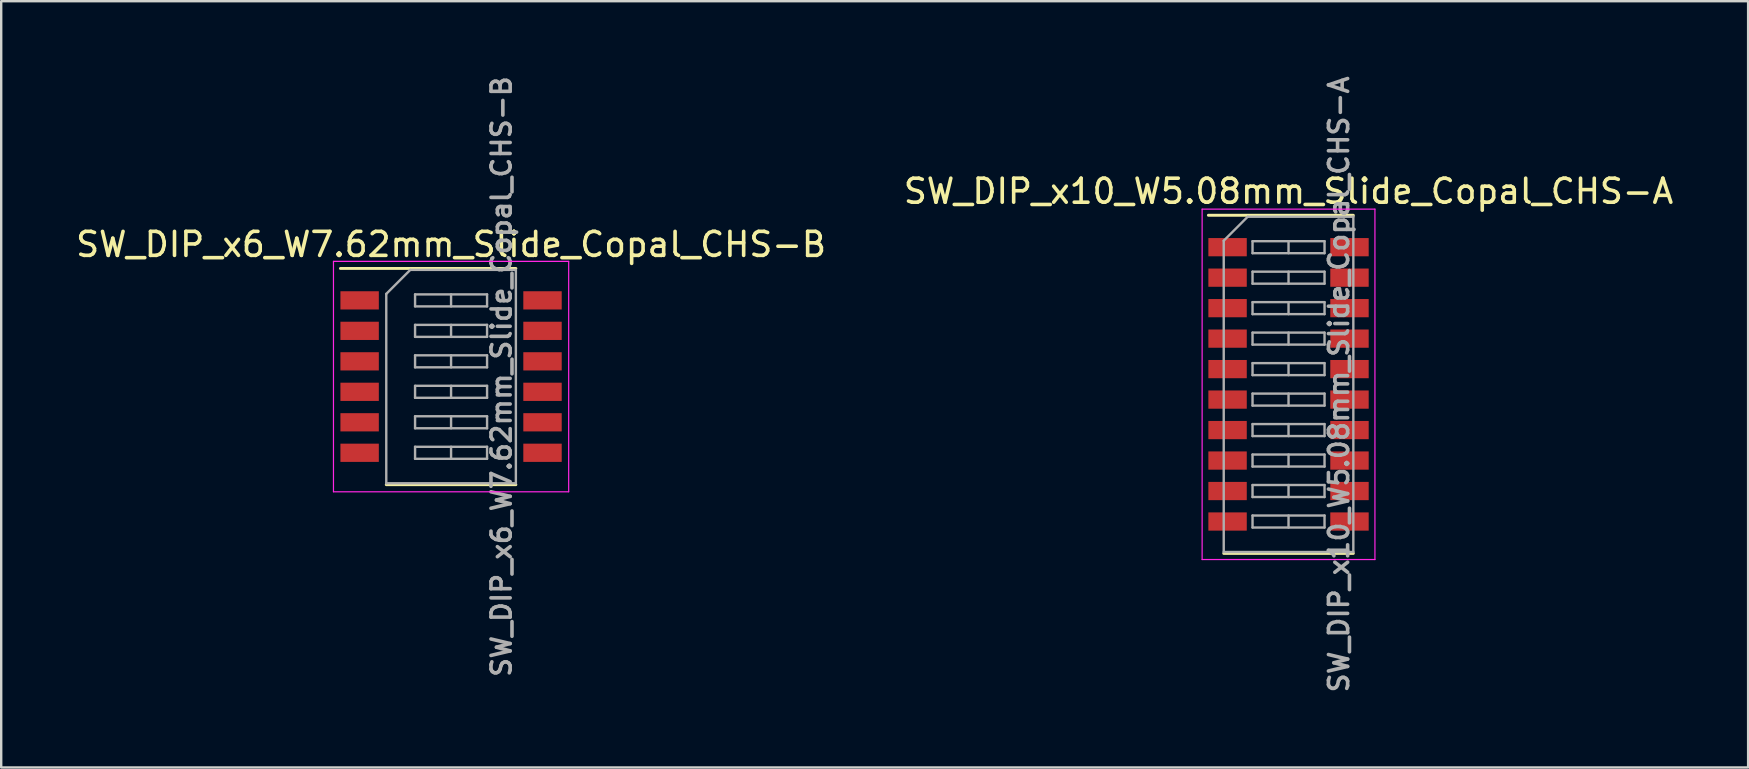
<source format=kicad_pcb>
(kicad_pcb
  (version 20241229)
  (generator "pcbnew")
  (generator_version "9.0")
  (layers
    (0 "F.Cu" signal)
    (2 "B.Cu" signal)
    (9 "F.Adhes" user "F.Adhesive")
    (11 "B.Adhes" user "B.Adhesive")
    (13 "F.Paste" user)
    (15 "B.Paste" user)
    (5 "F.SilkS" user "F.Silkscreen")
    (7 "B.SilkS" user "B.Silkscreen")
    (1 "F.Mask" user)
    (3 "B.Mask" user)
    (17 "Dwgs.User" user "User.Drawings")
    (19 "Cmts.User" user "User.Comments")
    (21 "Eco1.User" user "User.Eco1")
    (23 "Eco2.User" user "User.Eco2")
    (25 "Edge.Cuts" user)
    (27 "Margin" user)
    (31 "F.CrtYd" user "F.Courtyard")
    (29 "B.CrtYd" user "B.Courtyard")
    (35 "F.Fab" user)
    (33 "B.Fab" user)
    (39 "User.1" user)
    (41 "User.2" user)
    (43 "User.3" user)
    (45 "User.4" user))
  (footprint "SW_DIP_x10_W5.08mm_Slide_Copal_CHS-A"
    (layer "F.Cu")
    (at 50.637 12.964)
    (property "Reference" "SW_DIP_x10_W5.08mm_Slide_Copal_CHS-A" (at 0 -8.045 0) (layer "F.SilkS") (effects (font (size 1 1) (thickness 0.15))))
    (attr smd)
    (fp_line (start -3.34 -7.045) (end 2.7 -7.045) (stroke (width 0.12) (type solid)) (layer "F.SilkS"))
    (fp_line (start -2.7 7.045) (end 2.7 7.045) (stroke (width 0.12) (type solid)) (layer "F.SilkS"))
    (fp_line (start -3.6 -7.3) (end -3.6 7.3) (stroke (width 0.05) (type solid)) (layer "F.CrtYd"))
    (fp_line (start -3.6 7.3) (end 3.6 7.3) (stroke (width 0.05) (type solid)) (layer "F.CrtYd"))
    (fp_line (start 3.6 -7.3) (end -3.6 -7.3) (stroke (width 0.05) (type solid)) (layer "F.CrtYd"))
    (fp_line (start 3.6 7.3) (end 3.6 -7.3) (stroke (width 0.05) (type solid)) (layer "F.CrtYd"))
    (fp_line (start -2.7 -5.985) (end -1.7 -6.985) (stroke (width 0.1) (type solid)) (layer "F.Fab"))
    (fp_line (start -2.7 6.985) (end -2.7 -5.985) (stroke (width 0.1) (type solid)) (layer "F.Fab"))
    (fp_line (start -1.7 -6.985) (end 2.7 -6.985) (stroke (width 0.1) (type solid)) (layer "F.Fab"))
    (fp_line (start -1.5 -5.965) (end -1.5 -5.465) (stroke (width 0.1) (type solid)) (layer "F.Fab"))
    (fp_line (start -1.5 -5.465) (end 1.5 -5.465) (stroke (width 0.1) (type solid)) (layer "F.Fab"))
    (fp_line (start -1.5 -4.695) (end -1.5 -4.195) (stroke (width 0.1) (type solid)) (layer "F.Fab"))
    (fp_line (start -1.5 -4.195) (end 1.5 -4.195) (stroke (width 0.1) (type solid)) (layer "F.Fab"))
    (fp_line (start -1.5 -3.425) (end -1.5 -2.925) (stroke (width 0.1) (type solid)) (layer "F.Fab"))
    (fp_line (start -1.5 -2.925) (end 1.5 -2.925) (stroke (width 0.1) (type solid)) (layer "F.Fab"))
    (fp_line (start -1.5 -2.155) (end -1.5 -1.655) (stroke (width 0.1) (type solid)) (layer "F.Fab"))
    (fp_line (start -1.5 -1.655) (end 1.5 -1.655) (stroke (width 0.1) (type solid)) (layer "F.Fab"))
    (fp_line (start -1.5 -0.885) (end -1.5 -0.385) (stroke (width 0.1) (type solid)) (layer "F.Fab"))
    (fp_line (start -1.5 -0.385) (end 1.5 -0.385) (stroke (width 0.1) (type solid)) (layer "F.Fab"))
    (fp_line (start -1.5 0.385) (end -1.5 0.885) (stroke (width 0.1) (type solid)) (layer "F.Fab"))
    (fp_line (start -1.5 0.885) (end 1.5 0.885) (stroke (width 0.1) (type solid)) (layer "F.Fab"))
    (fp_line (start -1.5 1.655) (end -1.5 2.155) (stroke (width 0.1) (type solid)) (layer "F.Fab"))
    (fp_line (start -1.5 2.155) (end 1.5 2.155) (stroke (width 0.1) (type solid)) (layer "F.Fab"))
    (fp_line (start -1.5 2.925) (end -1.5 3.425) (stroke (width 0.1) (type solid)) (layer "F.Fab"))
    (fp_line (start -1.5 3.425) (end 1.5 3.425) (stroke (width 0.1) (type solid)) (layer "F.Fab"))
    (fp_line (start -1.5 4.195) (end -1.5 4.695) (stroke (width 0.1) (type solid)) (layer "F.Fab"))
    (fp_line (start -1.5 4.695) (end 1.5 4.695) (stroke (width 0.1) (type solid)) (layer "F.Fab"))
    (fp_line (start -1.5 5.465) (end -1.5 5.965) (stroke (width 0.1) (type solid)) (layer "F.Fab"))
    (fp_line (start -1.5 5.965) (end 1.5 5.965) (stroke (width 0.1) (type solid)) (layer "F.Fab"))
    (fp_line (start 0 -5.965) (end 0 -5.465) (stroke (width 0.1) (type solid)) (layer "F.Fab"))
    (fp_line (start 0 -4.695) (end 0 -4.195) (stroke (width 0.1) (type solid)) (layer "F.Fab"))
    (fp_line (start 0 -3.425) (end 0 -2.925) (stroke (width 0.1) (type solid)) (layer "F.Fab"))
    (fp_line (start 0 -2.155) (end 0 -1.655) (stroke (width 0.1) (type solid)) (layer "F.Fab"))
    (fp_line (start 0 -0.885) (end 0 -0.385) (stroke (width 0.1) (type solid)) (layer "F.Fab"))
    (fp_line (start 0 0.385) (end 0 0.885) (stroke (width 0.1) (type solid)) (layer "F.Fab"))
    (fp_line (start 0 1.655) (end 0 2.155) (stroke (width 0.1) (type solid)) (layer "F.Fab"))
    (fp_line (start 0 2.925) (end 0 3.425) (stroke (width 0.1) (type solid)) (layer "F.Fab"))
    (fp_line (start 0 4.195) (end 0 4.695) (stroke (width 0.1) (type solid)) (layer "F.Fab"))
    (fp_line (start 0 5.465) (end 0 5.965) (stroke (width 0.1) (type solid)) (layer "F.Fab"))
    (fp_line (start 1.5 -5.965) (end -1.5 -5.965) (stroke (width 0.1) (type solid)) (layer "F.Fab"))
    (fp_line (start 1.5 -5.465) (end 1.5 -5.965) (stroke (width 0.1) (type solid)) (layer "F.Fab"))
    (fp_line (start 1.5 -4.695) (end -1.5 -4.695) (stroke (width 0.1) (type solid)) (layer "F.Fab"))
    (fp_line (start 1.5 -4.195) (end 1.5 -4.695) (stroke (width 0.1) (type solid)) (layer "F.Fab"))
    (fp_line (start 1.5 -3.425) (end -1.5 -3.425) (stroke (width 0.1) (type solid)) (layer "F.Fab"))
    (fp_line (start 1.5 -2.925) (end 1.5 -3.425) (stroke (width 0.1) (type solid)) (layer "F.Fab"))
    (fp_line (start 1.5 -2.155) (end -1.5 -2.155) (stroke (width 0.1) (type solid)) (layer "F.Fab"))
    (fp_line (start 1.5 -1.655) (end 1.5 -2.155) (stroke (width 0.1) (type solid)) (layer "F.Fab"))
    (fp_line (start 1.5 -0.885) (end -1.5 -0.885) (stroke (width 0.1) (type solid)) (layer "F.Fab"))
    (fp_line (start 1.5 -0.385) (end 1.5 -0.885) (stroke (width 0.1) (type solid)) (layer "F.Fab"))
    (fp_line (start 1.5 0.385) (end -1.5 0.385) (stroke (width 0.1) (type solid)) (layer "F.Fab"))
    (fp_line (start 1.5 0.885) (end 1.5 0.385) (stroke (width 0.1) (type solid)) (layer "F.Fab"))
    (fp_line (start 1.5 1.655) (end -1.5 1.655) (stroke (width 0.1) (type solid)) (layer "F.Fab"))
    (fp_line (start 1.5 2.155) (end 1.5 1.655) (stroke (width 0.1) (type solid)) (layer "F.Fab"))
    (fp_line (start 1.5 2.925) (end -1.5 2.925) (stroke (width 0.1) (type solid)) (layer "F.Fab"))
    (fp_line (start 1.5 3.425) (end 1.5 2.925) (stroke (width 0.1) (type solid)) (layer "F.Fab"))
    (fp_line (start 1.5 4.195) (end -1.5 4.195) (stroke (width 0.1) (type solid)) (layer "F.Fab"))
    (fp_line (start 1.5 4.695) (end 1.5 4.195) (stroke (width 0.1) (type solid)) (layer "F.Fab"))
    (fp_line (start 1.5 5.465) (end -1.5 5.465) (stroke (width 0.1) (type solid)) (layer "F.Fab"))
    (fp_line (start 1.5 5.965) (end 1.5 5.465) (stroke (width 0.1) (type solid)) (layer "F.Fab"))
    (fp_line (start 2.7 -6.985) (end 2.7 6.985) (stroke (width 0.1) (type solid)) (layer "F.Fab"))
    (fp_line (start 2.7 6.985) (end -2.7 6.985) (stroke (width 0.1) (type solid)) (layer "F.Fab"))
    (fp_text user "${REFERENCE}" (at 2.1 0 90) (layer "F.Fab") (effects (font (size 0.8 0.8) (thickness 0.15))))
    (pad "1" smd rect (at -2.54 -5.715) (size 1.6 0.76) (layers "F.Cu" "F.Mask" "F.Paste"))
    (pad "2" smd rect (at -2.54 -4.445) (size 1.6 0.76) (layers "F.Cu" "F.Mask" "F.Paste"))
    (pad "3" smd rect (at -2.54 -3.175) (size 1.6 0.76) (layers "F.Cu" "F.Mask" "F.Paste"))
    (pad "4" smd rect (at -2.54 -1.905) (size 1.6 0.76) (layers "F.Cu" "F.Mask" "F.Paste"))
    (pad "5" smd rect (at -2.54 -0.635) (size 1.6 0.76) (layers "F.Cu" "F.Mask" "F.Paste"))
    (pad "6" smd rect (at -2.54 0.635) (size 1.6 0.76) (layers "F.Cu" "F.Mask" "F.Paste"))
    (pad "7" smd rect (at -2.54 1.905) (size 1.6 0.76) (layers "F.Cu" "F.Mask" "F.Paste"))
    (pad "8" smd rect (at -2.54 3.175) (size 1.6 0.76) (layers "F.Cu" "F.Mask" "F.Paste"))
    (pad "9" smd rect (at -2.54 4.445) (size 1.6 0.76) (layers "F.Cu" "F.Mask" "F.Paste"))
    (pad "10" smd rect (at -2.54 5.715) (size 1.6 0.76) (layers "F.Cu" "F.Mask" "F.Paste"))
    (pad "11" smd rect (at 2.54 5.715) (size 1.6 0.76) (layers "F.Cu" "F.Mask" "F.Paste"))
    (pad "12" smd rect (at 2.54 4.445) (size 1.6 0.76) (layers "F.Cu" "F.Mask" "F.Paste"))
    (pad "13" smd rect (at 2.54 3.175) (size 1.6 0.76) (layers "F.Cu" "F.Mask" "F.Paste"))
    (pad "14" smd rect (at 2.54 1.905) (size 1.6 0.76) (layers "F.Cu" "F.Mask" "F.Paste"))
    (pad "15" smd rect (at 2.54 0.635) (size 1.6 0.76) (layers "F.Cu" "F.Mask" "F.Paste"))
    (pad "16" smd rect (at 2.54 -0.635) (size 1.6 0.76) (layers "F.Cu" "F.Mask" "F.Paste"))
    (pad "17" smd rect (at 2.54 -1.905) (size 1.6 0.76) (layers "F.Cu" "F.Mask" "F.Paste"))
    (pad "18" smd rect (at 2.54 -3.175) (size 1.6 0.76) (layers "F.Cu" "F.Mask" "F.Paste"))
    (pad "19" smd rect (at 2.54 -4.445) (size 1.6 0.76) (layers "F.Cu" "F.Mask" "F.Paste"))
    (pad "20" smd rect (at 2.54 -5.715) (size 1.6 0.76) (layers "F.Cu" "F.Mask" "F.Paste")))
  (footprint "SW_DIP_x6_W7.62mm_Slide_Copal_CHS-B"
    (layer "F.Cu")
    (at 15.744 12.64)
    (property "Reference" "SW_DIP_x6_W7.62mm_Slide_Copal_CHS-B" (at 0 -5.505 0) (layer "F.SilkS") (effects (font (size 1 1) (thickness 0.15))))
    (attr smd)
    (fp_line (start -4.61 -4.505) (end 2.7 -4.505) (stroke (width 0.12) (type solid)) (layer "F.SilkS"))
    (fp_line (start -2.7 4.505) (end 2.7 4.505) (stroke (width 0.12) (type solid)) (layer "F.SilkS"))
    (fp_line (start -4.9 -4.8) (end -4.9 4.8) (stroke (width 0.05) (type solid)) (layer "F.CrtYd"))
    (fp_line (start -4.9 4.8) (end 4.9 4.8) (stroke (width 0.05) (type solid)) (layer "F.CrtYd"))
    (fp_line (start 4.9 -4.8) (end -4.9 -4.8) (stroke (width 0.05) (type solid)) (layer "F.CrtYd"))
    (fp_line (start 4.9 4.8) (end 4.9 -4.8) (stroke (width 0.05) (type solid)) (layer "F.CrtYd"))
    (fp_line (start -2.7 -3.445) (end -1.7 -4.445) (stroke (width 0.1) (type solid)) (layer "F.Fab"))
    (fp_line (start -2.7 4.445) (end -2.7 -3.445) (stroke (width 0.1) (type solid)) (layer "F.Fab"))
    (fp_line (start -1.7 -4.445) (end 2.7 -4.445) (stroke (width 0.1) (type solid)) (layer "F.Fab"))
    (fp_line (start -1.5 -3.425) (end -1.5 -2.925) (stroke (width 0.1) (type solid)) (layer "F.Fab"))
    (fp_line (start -1.5 -2.925) (end 1.5 -2.925) (stroke (width 0.1) (type solid)) (layer "F.Fab"))
    (fp_line (start -1.5 -2.155) (end -1.5 -1.655) (stroke (width 0.1) (type solid)) (layer "F.Fab"))
    (fp_line (start -1.5 -1.655) (end 1.5 -1.655) (stroke (width 0.1) (type solid)) (layer "F.Fab"))
    (fp_line (start -1.5 -0.885) (end -1.5 -0.385) (stroke (width 0.1) (type solid)) (layer "F.Fab"))
    (fp_line (start -1.5 -0.385) (end 1.5 -0.385) (stroke (width 0.1) (type solid)) (layer "F.Fab"))
    (fp_line (start -1.5 0.385) (end -1.5 0.885) (stroke (width 0.1) (type solid)) (layer "F.Fab"))
    (fp_line (start -1.5 0.885) (end 1.5 0.885) (stroke (width 0.1) (type solid)) (layer "F.Fab"))
    (fp_line (start -1.5 1.655) (end -1.5 2.155) (stroke (width 0.1) (type solid)) (layer "F.Fab"))
    (fp_line (start -1.5 2.155) (end 1.5 2.155) (stroke (width 0.1) (type solid)) (layer "F.Fab"))
    (fp_line (start -1.5 2.925) (end -1.5 3.425) (stroke (width 0.1) (type solid)) (layer "F.Fab"))
    (fp_line (start -1.5 3.425) (end 1.5 3.425) (stroke (width 0.1) (type solid)) (layer "F.Fab"))
    (fp_line (start 0 -3.425) (end 0 -2.925) (stroke (width 0.1) (type solid)) (layer "F.Fab"))
    (fp_line (start 0 -2.155) (end 0 -1.655) (stroke (width 0.1) (type solid)) (layer "F.Fab"))
    (fp_line (start 0 -0.885) (end 0 -0.385) (stroke (width 0.1) (type solid)) (layer "F.Fab"))
    (fp_line (start 0 0.385) (end 0 0.885) (stroke (width 0.1) (type solid)) (layer "F.Fab"))
    (fp_line (start 0 1.655) (end 0 2.155) (stroke (width 0.1) (type solid)) (layer "F.Fab"))
    (fp_line (start 0 2.925) (end 0 3.425) (stroke (width 0.1) (type solid)) (layer "F.Fab"))
    (fp_line (start 1.5 -3.425) (end -1.5 -3.425) (stroke (width 0.1) (type solid)) (layer "F.Fab"))
    (fp_line (start 1.5 -2.925) (end 1.5 -3.425) (stroke (width 0.1) (type solid)) (layer "F.Fab"))
    (fp_line (start 1.5 -2.155) (end -1.5 -2.155) (stroke (width 0.1) (type solid)) (layer "F.Fab"))
    (fp_line (start 1.5 -1.655) (end 1.5 -2.155) (stroke (width 0.1) (type solid)) (layer "F.Fab"))
    (fp_line (start 1.5 -0.885) (end -1.5 -0.885) (stroke (width 0.1) (type solid)) (layer "F.Fab"))
    (fp_line (start 1.5 -0.385) (end 1.5 -0.885) (stroke (width 0.1) (type solid)) (layer "F.Fab"))
    (fp_line (start 1.5 0.385) (end -1.5 0.385) (stroke (width 0.1) (type solid)) (layer "F.Fab"))
    (fp_line (start 1.5 0.885) (end 1.5 0.385) (stroke (width 0.1) (type solid)) (layer "F.Fab"))
    (fp_line (start 1.5 1.655) (end -1.5 1.655) (stroke (width 0.1) (type solid)) (layer "F.Fab"))
    (fp_line (start 1.5 2.155) (end 1.5 1.655) (stroke (width 0.1) (type solid)) (layer "F.Fab"))
    (fp_line (start 1.5 2.925) (end -1.5 2.925) (stroke (width 0.1) (type solid)) (layer "F.Fab"))
    (fp_line (start 1.5 3.425) (end 1.5 2.925) (stroke (width 0.1) (type solid)) (layer "F.Fab"))
    (fp_line (start 2.7 -4.445) (end 2.7 4.445) (stroke (width 0.1) (type solid)) (layer "F.Fab"))
    (fp_line (start 2.7 4.445) (end -2.7 4.445) (stroke (width 0.1) (type solid)) (layer "F.Fab"))
    (fp_text user "${REFERENCE}" (at 2.1 0 90) (layer "F.Fab") (effects (font (size 0.8 0.8) (thickness 0.15))))
    (pad "1" smd rect (at -3.81 -3.175) (size 1.6 0.76) (layers "F.Cu" "F.Mask" "F.Paste"))
    (pad "2" smd rect (at -3.81 -1.905) (size 1.6 0.76) (layers "F.Cu" "F.Mask" "F.Paste"))
    (pad "3" smd rect (at -3.81 -0.635) (size 1.6 0.76) (layers "F.Cu" "F.Mask" "F.Paste"))
    (pad "4" smd rect (at -3.81 0.635) (size 1.6 0.76) (layers "F.Cu" "F.Mask" "F.Paste"))
    (pad "5" smd rect (at -3.81 1.905) (size 1.6 0.76) (layers "F.Cu" "F.Mask" "F.Paste"))
    (pad "6" smd rect (at -3.81 3.175) (size 1.6 0.76) (layers "F.Cu" "F.Mask" "F.Paste"))
    (pad "7" smd rect (at 3.81 3.175) (size 1.6 0.76) (layers "F.Cu" "F.Mask" "F.Paste"))
    (pad "8" smd rect (at 3.81 1.905) (size 1.6 0.76) (layers "F.Cu" "F.Mask" "F.Paste"))
    (pad "9" smd rect (at 3.81 0.635) (size 1.6 0.76) (layers "F.Cu" "F.Mask" "F.Paste"))
    (pad "10" smd rect (at 3.81 -0.635) (size 1.6 0.76) (layers "F.Cu" "F.Mask" "F.Paste"))
    (pad "11" smd rect (at 3.81 -1.905) (size 1.6 0.76) (layers "F.Cu" "F.Mask" "F.Paste"))
    (pad "12" smd rect (at 3.81 -3.175) (size 1.6 0.76) (layers "F.Cu" "F.Mask" "F.Paste")))
  (gr_rect
    (start -3 -3)
    (end 69.786 28.928)
    (stroke (width 0.1) (type default))
    (fill no)
    (layer "Edge.Cuts")))
</source>
